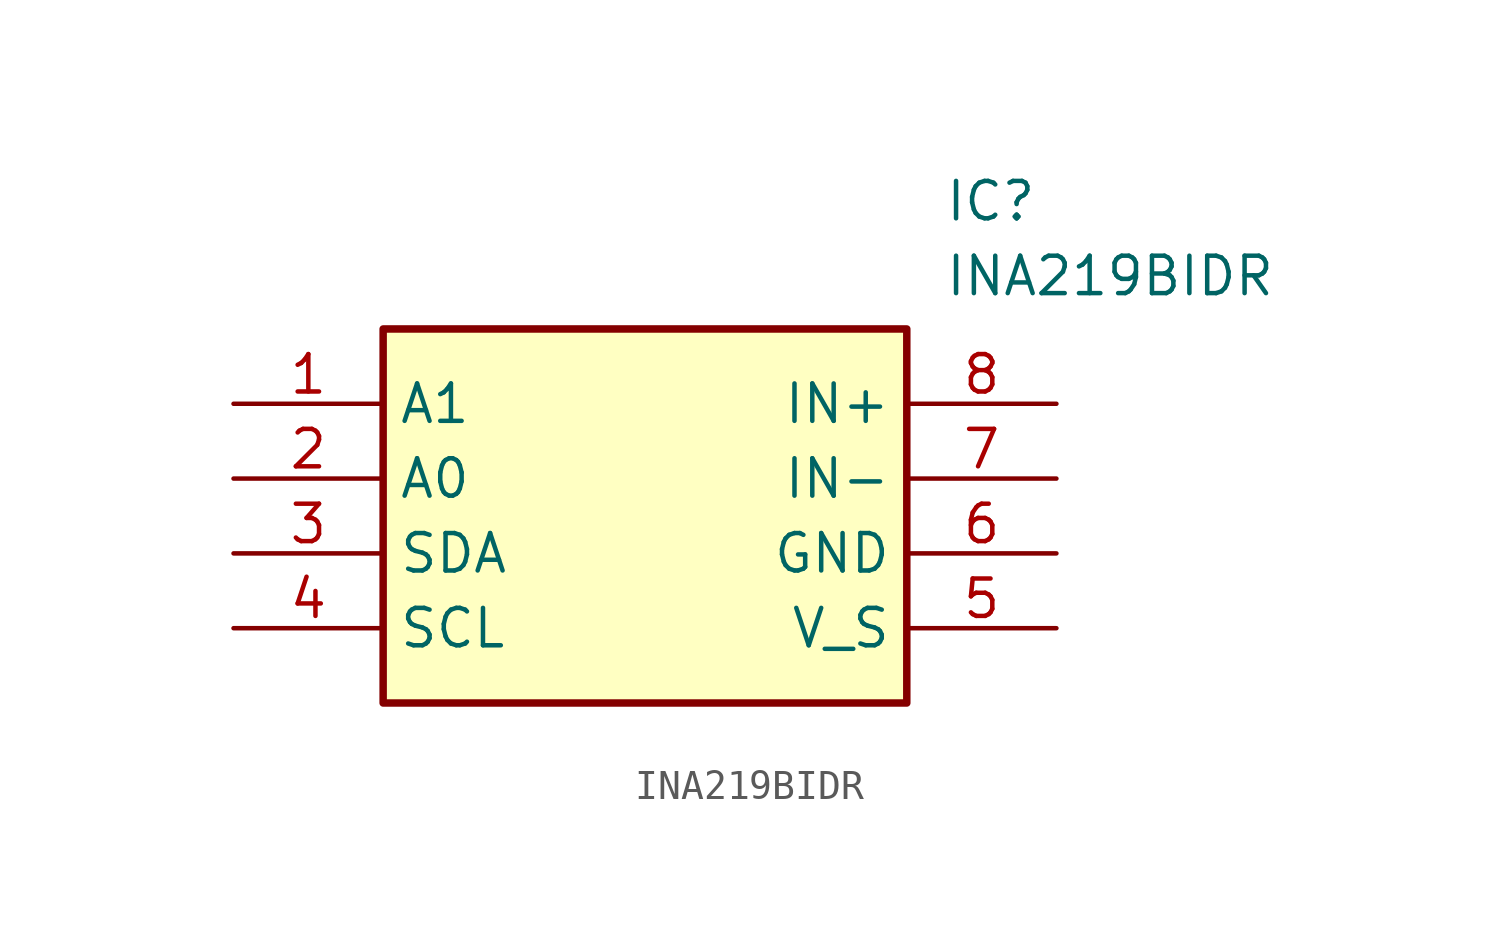
<source format=kicad_sym>
(kicad_symbol_lib
  (version 20211014)
  (generator SamacSys_ECAD_Model)
  (symbol "INA219BIDR"
    (property "Reference" "IC"
      (at 24.13 7.62 0)
      (effects (font (size 1.27 1.27)) (justify left top)))
    (property "Value" "INA219BIDR"
      (at 24.13 5.08 0)
      (effects (font (size 1.27 1.27)) (justify left top)))
    (rectangle
      (start 5.08 2.54)
      (end 22.86 -10.16)
      (stroke (width 0.254) (type default))
      (fill (type background)))
    (pin passive line
      (at 0 0 0)
      (length 5.08)
      (name "A1" (effects (font (size 1.27 1.27))))
      (number "1" (effects (font (size 1.27 1.27)))))
    (pin passive line
      (at 0 -2.54 0)
      (length 5.08)
      (name "A0" (effects (font (size 1.27 1.27))))
      (number "2" (effects (font (size 1.27 1.27)))))
    (pin passive line
      (at 0 -5.08 0)
      (length 5.08)
      (name "SDA" (effects (font (size 1.27 1.27))))
      (number "3" (effects (font (size 1.27 1.27)))))
    (pin passive line
      (at 0 -7.62 0)
      (length 5.08)
      (name "SCL" (effects (font (size 1.27 1.27))))
      (number "4" (effects (font (size 1.27 1.27)))))
    (pin passive line
      (at 27.94 0 180)
      (length 5.08)
      (name "IN+" (effects (font (size 1.27 1.27))))
      (number "8" (effects (font (size 1.27 1.27)))))
    (pin passive line
      (at 27.94 -2.54 180)
      (length 5.08)
      (name "IN-" (effects (font (size 1.27 1.27))))
      (number "7" (effects (font (size 1.27 1.27)))))
    (pin passive line
      (at 27.94 -5.08 180)
      (length 5.08)
      (name "GND" (effects (font (size 1.27 1.27))))
      (number "6" (effects (font (size 1.27 1.27)))))
    (pin passive line
      (at 27.94 -7.62 180)
      (length 5.08)
      (name "V_S" (effects (font (size 1.27 1.27))))
      (number "5" (effects (font (size 1.27 1.27)))))))
</source>
